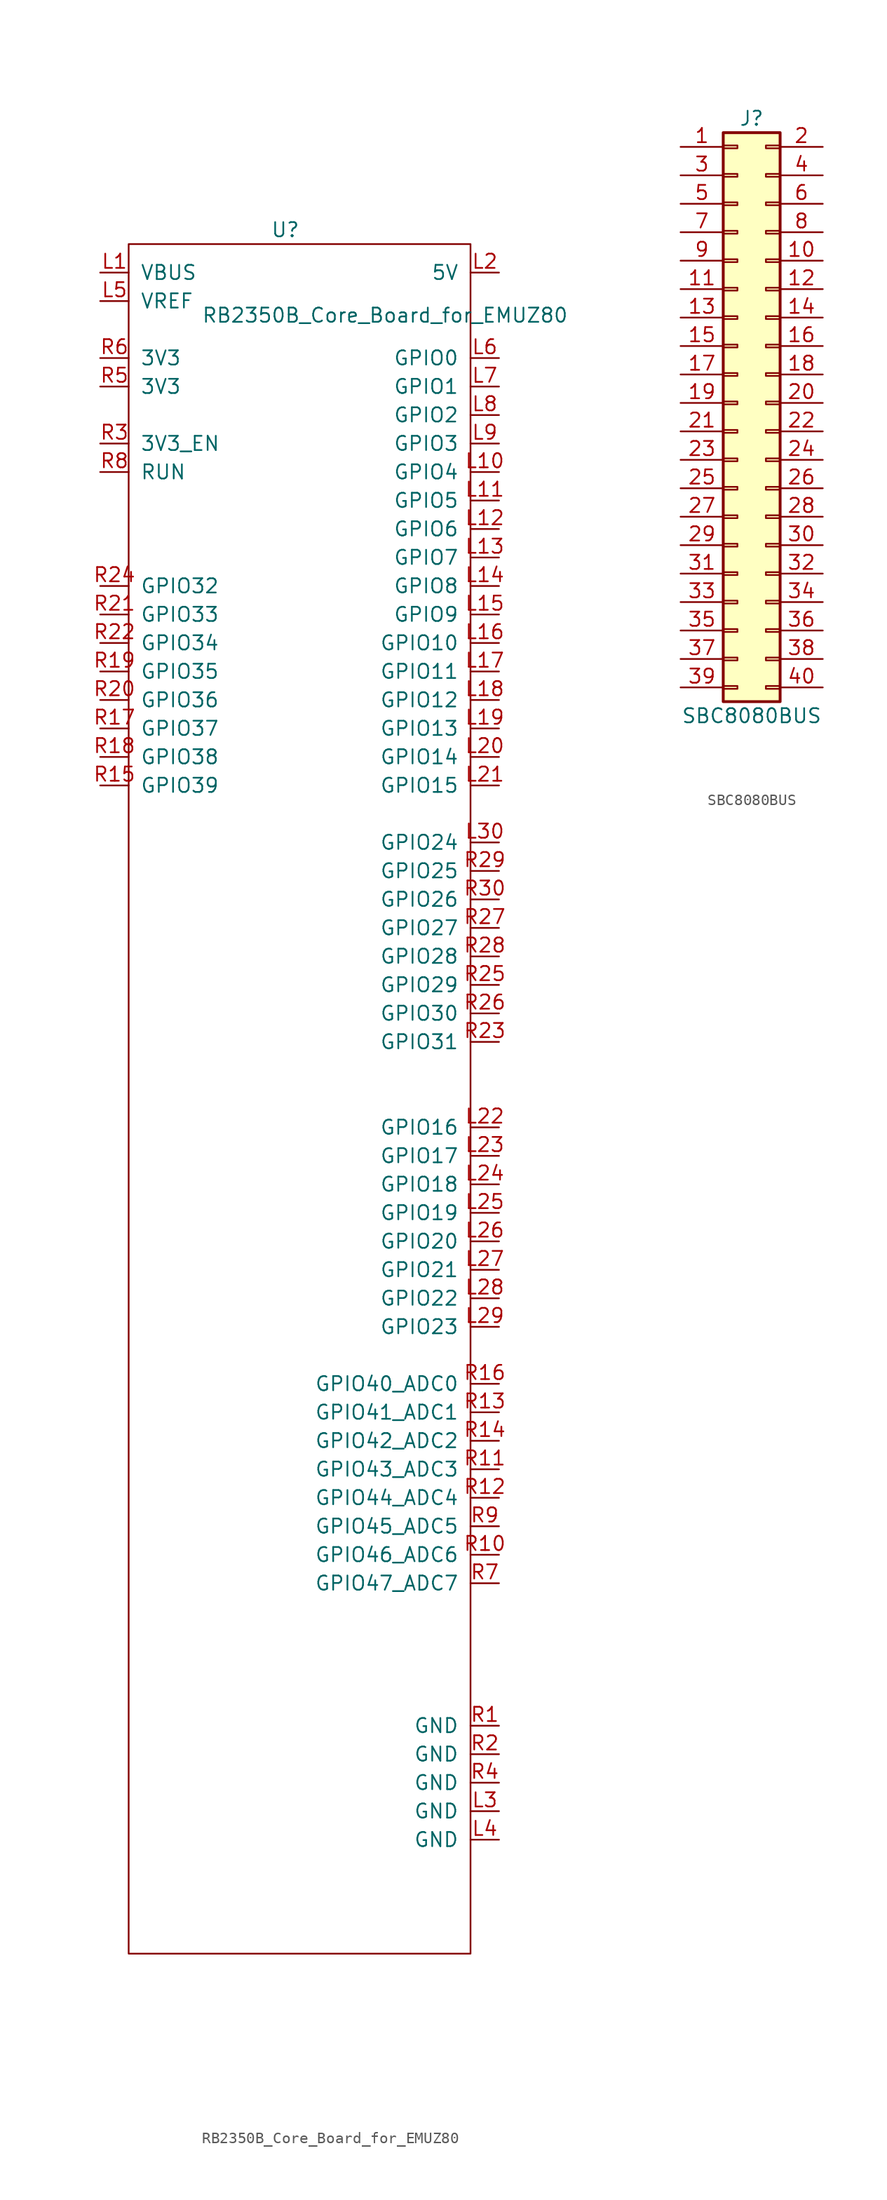
<source format=kicad_sym>
(kicad_symbol_lib
  (version 20241209)
  (generator "kicad_symbol_editor")
  (generator_version "9.0")
  (symbol "RB2350B_Core_Board_for_EMUZ80"
    (pin_names
      (offset 1.016))
    (property "Reference" "U"
      (at -1.27 77.47 0)
      (effects (font (size 1.27 1.27))))
    (property "Value" "RB2350B_Core_Board_for_EMUZ80"
      (at 7.62 69.85 0)
      (effects (font (size 1.27 1.27))))
    (symbol "RB2350B_Core_Board_for_EMUZ80_0_1"
      (rectangle (start -15.24 76.2) (end 15.24 -76.2) (stroke (width 0) (type default)) (fill (type none))))
    (symbol "RB2350B_Core_Board_for_EMUZ80_1_1"
      (pin power_out line (at -17.78 73.66 0) (length 2.54) (name "VBUS" (effects (font (size 1.27 1.27)))) (number "L1" (effects (font (size 1.27 1.27)))))
      (pin input line (at -17.78 71.12 0) (length 2.54) (name "VREF" (effects (font (size 1.27 1.27)))) (number "L5" (effects (font (size 1.27 1.27)))))
      (pin power_out line (at -17.78 66.04 0) (length 2.54) (name "3V3" (effects (font (size 1.27 1.27)))) (number "R6" (effects (font (size 1.27 1.27)))))
      (pin power_out line (at -17.78 63.5 0) (length 2.54) (name "3V3" (effects (font (size 1.27 1.27)))) (number "R5" (effects (font (size 1.27 1.27)))))
      (pin input line (at -17.78 58.42 0) (length 2.54) (name "3V3_EN" (effects (font (size 1.27 1.27)))) (number "R3" (effects (font (size 1.27 1.27)))))
      (pin bidirectional line (at -17.78 55.88 0) (length 2.54) (name "RUN" (effects (font (size 1.27 1.27)))) (number "R8" (effects (font (size 1.27 1.27)))))
      (pin bidirectional line (at -17.78 45.72 0) (length 2.54) (name "GPIO32" (effects (font (size 1.27 1.27)))) (number "R24" (effects (font (size 1.27 1.27)))))
      (pin bidirectional line (at -17.78 43.18 0) (length 2.54) (name "GPIO33" (effects (font (size 1.27 1.27)))) (number "R21" (effects (font (size 1.27 1.27)))))
      (pin bidirectional line (at -17.78 40.64 0) (length 2.54) (name "GPIO34" (effects (font (size 1.27 1.27)))) (number "R22" (effects (font (size 1.27 1.27)))))
      (pin bidirectional line (at -17.78 38.1 0) (length 2.54) (name "GPIO35" (effects (font (size 1.27 1.27)))) (number "R19" (effects (font (size 1.27 1.27)))))
      (pin bidirectional line (at -17.78 35.56 0) (length 2.54) (name "GPIO36" (effects (font (size 1.27 1.27)))) (number "R20" (effects (font (size 1.27 1.27)))))
      (pin bidirectional line (at -17.78 33.02 0) (length 2.54) (name "GPIO37" (effects (font (size 1.27 1.27)))) (number "R17" (effects (font (size 1.27 1.27)))))
      (pin bidirectional line (at -17.78 30.48 0) (length 2.54) (name "GPIO38" (effects (font (size 1.27 1.27)))) (number "R18" (effects (font (size 1.27 1.27)))))
      (pin bidirectional line (at -17.78 27.94 0) (length 2.54) (name "GPIO39" (effects (font (size 1.27 1.27)))) (number "R15" (effects (font (size 1.27 1.27)))))
      (pin power_out line (at 17.78 73.66 180) (length 2.54) (name "5V" (effects (font (size 1.27 1.27)))) (number "L2" (effects (font (size 1.27 1.27)))))
      (pin bidirectional line (at 17.78 66.04 180) (length 2.54) (name "GPIO0" (effects (font (size 1.27 1.27)))) (number "L6" (effects (font (size 1.27 1.27)))))
      (pin bidirectional line (at 17.78 63.5 180) (length 2.54) (name "GPIO1" (effects (font (size 1.27 1.27)))) (number "L7" (effects (font (size 1.27 1.27)))))
      (pin bidirectional line (at 17.78 60.96 180) (length 2.54) (name "GPIO2" (effects (font (size 1.27 1.27)))) (number "L8" (effects (font (size 1.27 1.27)))))
      (pin bidirectional line (at 17.78 58.42 180) (length 2.54) (name "GPIO3" (effects (font (size 1.27 1.27)))) (number "L9" (effects (font (size 1.27 1.27)))))
      (pin bidirectional line (at 17.78 55.88 180) (length 2.54) (name "GPIO4" (effects (font (size 1.27 1.27)))) (number "L10" (effects (font (size 1.27 1.27)))))
      (pin bidirectional line (at 17.78 53.34 180) (length 2.54) (name "GPIO5" (effects (font (size 1.27 1.27)))) (number "L11" (effects (font (size 1.27 1.27)))))
      (pin bidirectional line (at 17.78 50.8 180) (length 2.54) (name "GPIO6" (effects (font (size 1.27 1.27)))) (number "L12" (effects (font (size 1.27 1.27)))))
      (pin bidirectional line (at 17.78 48.26 180) (length 2.54) (name "GPIO7" (effects (font (size 1.27 1.27)))) (number "L13" (effects (font (size 1.27 1.27)))))
      (pin bidirectional line (at 17.78 45.72 180) (length 2.54) (name "GPIO8" (effects (font (size 1.27 1.27)))) (number "L14" (effects (font (size 1.27 1.27)))))
      (pin bidirectional line (at 17.78 43.18 180) (length 2.54) (name "GPIO9" (effects (font (size 1.27 1.27)))) (number "L15" (effects (font (size 1.27 1.27)))))
      (pin bidirectional line (at 17.78 40.64 180) (length 2.54) (name "GPIO10" (effects (font (size 1.27 1.27)))) (number "L16" (effects (font (size 1.27 1.27)))))
      (pin bidirectional line (at 17.78 38.1 180) (length 2.54) (name "GPIO11" (effects (font (size 1.27 1.27)))) (number "L17" (effects (font (size 1.27 1.27)))))
      (pin bidirectional line (at 17.78 35.56 180) (length 2.54) (name "GPIO12" (effects (font (size 1.27 1.27)))) (number "L18" (effects (font (size 1.27 1.27)))))
      (pin bidirectional line (at 17.78 33.02 180) (length 2.54) (name "GPIO13" (effects (font (size 1.27 1.27)))) (number "L19" (effects (font (size 1.27 1.27)))))
      (pin bidirectional line (at 17.78 30.48 180) (length 2.54) (name "GPIO14" (effects (font (size 1.27 1.27)))) (number "L20" (effects (font (size 1.27 1.27)))))
      (pin bidirectional line (at 17.78 27.94 180) (length 2.54) (name "GPIO15" (effects (font (size 1.27 1.27)))) (number "L21" (effects (font (size 1.27 1.27)))))
      (pin bidirectional line (at 17.78 22.86 180) (length 2.54) (name "GPIO24" (effects (font (size 1.27 1.27)))) (number "L30" (effects (font (size 1.27 1.27)))))
      (pin bidirectional line (at 17.78 20.32 180) (length 2.54) (name "GPIO25" (effects (font (size 1.27 1.27)))) (number "R29" (effects (font (size 1.27 1.27)))))
      (pin bidirectional line (at 17.78 17.78 180) (length 2.54) (name "GPIO26" (effects (font (size 1.27 1.27)))) (number "R30" (effects (font (size 1.27 1.27)))))
      (pin bidirectional line (at 17.78 15.24 180) (length 2.54) (name "GPIO27" (effects (font (size 1.27 1.27)))) (number "R27" (effects (font (size 1.27 1.27)))))
      (pin bidirectional line (at 17.78 12.7 180) (length 2.54) (name "GPIO28" (effects (font (size 1.27 1.27)))) (number "R28" (effects (font (size 1.27 1.27)))))
      (pin bidirectional line (at 17.78 10.16 180) (length 2.54) (name "GPIO29" (effects (font (size 1.27 1.27)))) (number "R25" (effects (font (size 1.27 1.27)))))
      (pin bidirectional line (at 17.78 7.62 180) (length 2.54) (name "GPIO30" (effects (font (size 1.27 1.27)))) (number "R26" (effects (font (size 1.27 1.27)))))
      (pin bidirectional line (at 17.78 5.08 180) (length 2.54) (name "GPIO31" (effects (font (size 1.27 1.27)))) (number "R23" (effects (font (size 1.27 1.27)))))
      (pin bidirectional line (at 17.78 -2.54 180) (length 2.54) (name "GPIO16" (effects (font (size 1.27 1.27)))) (number "L22" (effects (font (size 1.27 1.27)))))
      (pin bidirectional line (at 17.78 -5.08 180) (length 2.54) (name "GPIO17" (effects (font (size 1.27 1.27)))) (number "L23" (effects (font (size 1.27 1.27)))))
      (pin bidirectional line (at 17.78 -7.62 180) (length 2.54) (name "GPIO18" (effects (font (size 1.27 1.27)))) (number "L24" (effects (font (size 1.27 1.27)))))
      (pin bidirectional line (at 17.78 -10.16 180) (length 2.54) (name "GPIO19" (effects (font (size 1.27 1.27)))) (number "L25" (effects (font (size 1.27 1.27)))))
      (pin bidirectional line (at 17.78 -12.7 180) (length 2.54) (name "GPIO20" (effects (font (size 1.27 1.27)))) (number "L26" (effects (font (size 1.27 1.27)))))
      (pin bidirectional line (at 17.78 -15.24 180) (length 2.54) (name "GPIO21" (effects (font (size 1.27 1.27)))) (number "L27" (effects (font (size 1.27 1.27)))))
      (pin bidirectional line (at 17.78 -17.78 180) (length 2.54) (name "GPIO22" (effects (font (size 1.27 1.27)))) (number "L28" (effects (font (size 1.27 1.27)))))
      (pin bidirectional line (at 17.78 -20.32 180) (length 2.54) (name "GPIO23" (effects (font (size 1.27 1.27)))) (number "L29" (effects (font (size 1.27 1.27)))))
      (pin bidirectional line (at 17.78 -25.4 180) (length 2.54) (name "GPIO40_ADC0" (effects (font (size 1.27 1.27)))) (number "R16" (effects (font (size 1.27 1.27)))))
      (pin bidirectional line (at 17.78 -27.94 180) (length 2.54) (name "GPIO41_ADC1" (effects (font (size 1.27 1.27)))) (number "R13" (effects (font (size 1.27 1.27)))))
      (pin bidirectional line (at 17.78 -30.48 180) (length 2.54) (name "GPIO42_ADC2" (effects (font (size 1.27 1.27)))) (number "R14" (effects (font (size 1.27 1.27)))))
      (pin bidirectional line (at 17.78 -33.02 180) (length 2.54) (name "GPIO43_ADC3" (effects (font (size 1.27 1.27)))) (number "R11" (effects (font (size 1.27 1.27)))))
      (pin bidirectional line (at 17.78 -35.56 180) (length 2.54) (name "GPIO44_ADC4" (effects (font (size 1.27 1.27)))) (number "R12" (effects (font (size 1.27 1.27)))))
      (pin bidirectional line (at 17.78 -38.1 180) (length 2.54) (name "GPIO45_ADC5" (effects (font (size 1.27 1.27)))) (number "R9" (effects (font (size 1.27 1.27)))))
      (pin bidirectional line (at 17.78 -40.64 180) (length 2.54) (name "GPIO46_ADC6" (effects (font (size 1.27 1.27)))) (number "R10" (effects (font (size 1.27 1.27)))))
      (pin bidirectional line (at 17.78 -43.18 180) (length 2.54) (name "GPIO47_ADC7" (effects (font (size 1.27 1.27)))) (number "R7" (effects (font (size 1.27 1.27)))))
      (pin power_in line (at 17.78 -55.88 180) (length 2.54) (name "GND" (effects (font (size 1.27 1.27)))) (number "R1" (effects (font (size 1.27 1.27)))))
      (pin power_in line (at 17.78 -58.42 180) (length 2.54) (name "GND" (effects (font (size 1.27 1.27)))) (number "R2" (effects (font (size 1.27 1.27)))))
      (pin power_in line (at 17.78 -60.96 180) (length 2.54) (name "GND" (effects (font (size 1.27 1.27)))) (number "R4" (effects (font (size 1.27 1.27)))))
      (pin power_out line (at 17.78 -63.5 180) (length 2.54) (name "GND" (effects (font (size 1.27 1.27)))) (number "L3" (effects (font (size 1.27 1.27)))))
      (pin power_in line (at 17.78 -66.04 180) (length 2.54) (name "GND" (effects (font (size 1.27 1.27)))) (number "L4" (effects (font (size 1.27 1.27)))))))
  (symbol "SBC8080BUS"
    (pin_names
      (offset 1.016)
      (hide yes))
    (property "Reference" "J"
      (at 1.27 25.4 0)
      (effects (font (size 1.27 1.27))))
    (property "Value" "SBC8080BUS"
      (at 1.27 -27.94 0)
      (effects (font (size 1.27 1.27))))
    (symbol "SBC8080BUS_1_1"
      (rectangle (start -1.27 24.13) (end 3.81 -26.67) (stroke (width 0.254) (type default)) (fill (type background)))
      (rectangle (start -1.27 22.987) (end 0 22.733) (stroke (width 0.152) (type default)) (fill (type none)))
      (rectangle (start -1.27 20.447) (end 0 20.193) (stroke (width 0.152) (type default)) (fill (type none)))
      (rectangle (start -1.27 17.907) (end 0 17.653) (stroke (width 0.152) (type default)) (fill (type none)))
      (rectangle (start -1.27 15.367) (end 0 15.113) (stroke (width 0.152) (type default)) (fill (type none)))
      (rectangle (start -1.27 12.827) (end 0 12.573) (stroke (width 0.152) (type default)) (fill (type none)))
      (rectangle (start -1.27 10.287) (end 0 10.033) (stroke (width 0.152) (type default)) (fill (type none)))
      (rectangle (start -1.27 7.747) (end 0 7.493) (stroke (width 0.152) (type default)) (fill (type none)))
      (rectangle (start -1.27 5.207) (end 0 4.953) (stroke (width 0.152) (type default)) (fill (type none)))
      (rectangle (start -1.27 2.667) (end 0 2.413) (stroke (width 0.152) (type default)) (fill (type none)))
      (rectangle (start -1.27 0.127) (end 0 -0.127) (stroke (width 0.152) (type default)) (fill (type none)))
      (rectangle (start -1.27 -2.413) (end 0 -2.667) (stroke (width 0.152) (type default)) (fill (type none)))
      (rectangle (start -1.27 -4.953) (end 0 -5.207) (stroke (width 0.152) (type default)) (fill (type none)))
      (rectangle (start -1.27 -7.493) (end 0 -7.747) (stroke (width 0.152) (type default)) (fill (type none)))
      (rectangle (start -1.27 -10.033) (end 0 -10.287) (stroke (width 0.152) (type default)) (fill (type none)))
      (rectangle (start -1.27 -12.573) (end 0 -12.827) (stroke (width 0.152) (type default)) (fill (type none)))
      (rectangle (start -1.27 -15.113) (end 0 -15.367) (stroke (width 0.152) (type default)) (fill (type none)))
      (rectangle (start -1.27 -17.653) (end 0 -17.907) (stroke (width 0.152) (type default)) (fill (type none)))
      (rectangle (start -1.27 -20.193) (end 0 -20.447) (stroke (width 0.152) (type default)) (fill (type none)))
      (rectangle (start -1.27 -22.733) (end 0 -22.987) (stroke (width 0.152) (type default)) (fill (type none)))
      (rectangle (start -1.27 -25.273) (end 0 -25.527) (stroke (width 0.152) (type default)) (fill (type none)))
      (rectangle (start 3.81 22.987) (end 2.54 22.733) (stroke (width 0.152) (type default)) (fill (type none)))
      (rectangle (start 3.81 20.447) (end 2.54 20.193) (stroke (width 0.152) (type default)) (fill (type none)))
      (rectangle (start 3.81 17.907) (end 2.54 17.653) (stroke (width 0.152) (type default)) (fill (type none)))
      (rectangle (start 3.81 15.367) (end 2.54 15.113) (stroke (width 0.152) (type default)) (fill (type none)))
      (rectangle (start 3.81 12.827) (end 2.54 12.573) (stroke (width 0.152) (type default)) (fill (type none)))
      (rectangle (start 3.81 10.287) (end 2.54 10.033) (stroke (width 0.152) (type default)) (fill (type none)))
      (rectangle (start 3.81 7.747) (end 2.54 7.493) (stroke (width 0.152) (type default)) (fill (type none)))
      (rectangle (start 3.81 5.207) (end 2.54 4.953) (stroke (width 0.152) (type default)) (fill (type none)))
      (rectangle (start 3.81 2.667) (end 2.54 2.413) (stroke (width 0.152) (type default)) (fill (type none)))
      (rectangle (start 3.81 0.127) (end 2.54 -0.127) (stroke (width 0.152) (type default)) (fill (type none)))
      (rectangle (start 3.81 -2.413) (end 2.54 -2.667) (stroke (width 0.152) (type default)) (fill (type none)))
      (rectangle (start 3.81 -4.953) (end 2.54 -5.207) (stroke (width 0.152) (type default)) (fill (type none)))
      (rectangle (start 3.81 -7.493) (end 2.54 -7.747) (stroke (width 0.152) (type default)) (fill (type none)))
      (rectangle (start 3.81 -10.033) (end 2.54 -10.287) (stroke (width 0.152) (type default)) (fill (type none)))
      (rectangle (start 3.81 -12.573) (end 2.54 -12.827) (stroke (width 0.152) (type default)) (fill (type none)))
      (rectangle (start 3.81 -15.113) (end 2.54 -15.367) (stroke (width 0.152) (type default)) (fill (type none)))
      (rectangle (start 3.81 -17.653) (end 2.54 -17.907) (stroke (width 0.152) (type default)) (fill (type none)))
      (rectangle (start 3.81 -20.193) (end 2.54 -20.447) (stroke (width 0.152) (type default)) (fill (type none)))
      (rectangle (start 3.81 -22.733) (end 2.54 -22.987) (stroke (width 0.152) (type default)) (fill (type none)))
      (rectangle (start 3.81 -25.273) (end 2.54 -25.527) (stroke (width 0.152) (type default)) (fill (type none)))
      (pin power_in line (at -5.08 22.86 0) (length 3.81) (name "5V" (effects (font (size 1.27 1.27)))) (number "1" (effects (font (size 1.27 1.27)))))
      (pin power_in line (at -5.08 20.32 0) (length 3.81) (name "5V" (effects (font (size 1.27 1.27)))) (number "3" (effects (font (size 1.27 1.27)))))
      (pin output line (at -5.08 17.78 0) (length 3.81) (name "NC" (effects (font (size 1.27 1.27)))) (number "5" (effects (font (size 1.27 1.27)))))
      (pin input line (at -5.08 15.24 0) (length 3.81) (name "WAIT" (effects (font (size 1.27 1.27)))) (number "7" (effects (font (size 1.27 1.27)))))
      (pin bidirectional line (at -5.08 12.7 0) (length 3.81) (name "D0" (effects (font (size 1.27 1.27)))) (number "9" (effects (font (size 1.27 1.27)))))
      (pin bidirectional line (at -5.08 10.16 0) (length 3.81) (name "D2" (effects (font (size 1.27 1.27)))) (number "11" (effects (font (size 1.27 1.27)))))
      (pin bidirectional line (at -5.08 7.62 0) (length 3.81) (name "D4" (effects (font (size 1.27 1.27)))) (number "13" (effects (font (size 1.27 1.27)))))
      (pin bidirectional line (at -5.08 5.08 0) (length 3.81) (name "D6" (effects (font (size 1.27 1.27)))) (number "15" (effects (font (size 1.27 1.27)))))
      (pin output line (at -5.08 2.54 0) (length 3.81) (name "MREQ" (effects (font (size 1.27 1.27)))) (number "17" (effects (font (size 1.27 1.27)))))
      (pin output line (at -5.08 0 0) (length 3.81) (name "IORQ" (effects (font (size 1.27 1.27)))) (number "19" (effects (font (size 1.27 1.27)))))
      (pin input line (at -5.08 -2.54 0) (length 3.81) (name "RESET" (effects (font (size 1.27 1.27)))) (number "21" (effects (font (size 1.27 1.27)))))
      (pin input line (at -5.08 -5.08 0) (length 3.81) (name "INT" (effects (font (size 1.27 1.27)))) (number "23" (effects (font (size 1.27 1.27)))))
      (pin bidirectional line (at -5.08 -7.62 0) (length 3.81) (name "A0" (effects (font (size 1.27 1.27)))) (number "25" (effects (font (size 1.27 1.27)))))
      (pin bidirectional line (at -5.08 -10.16 0) (length 3.81) (name "A2" (effects (font (size 1.27 1.27)))) (number "27" (effects (font (size 1.27 1.27)))))
      (pin bidirectional line (at -5.08 -12.7 0) (length 3.81) (name "A4" (effects (font (size 1.27 1.27)))) (number "29" (effects (font (size 1.27 1.27)))))
      (pin bidirectional line (at -5.08 -15.24 0) (length 3.81) (name "A6" (effects (font (size 1.27 1.27)))) (number "31" (effects (font (size 1.27 1.27)))))
      (pin bidirectional line (at -5.08 -17.78 0) (length 3.81) (name "A8" (effects (font (size 1.27 1.27)))) (number "33" (effects (font (size 1.27 1.27)))))
      (pin bidirectional line (at -5.08 -20.32 0) (length 3.81) (name "A10" (effects (font (size 1.27 1.27)))) (number "35" (effects (font (size 1.27 1.27)))))
      (pin bidirectional line (at -5.08 -22.86 0) (length 3.81) (name "A12" (effects (font (size 1.27 1.27)))) (number "37" (effects (font (size 1.27 1.27)))))
      (pin bidirectional line (at -5.08 -25.4 0) (length 3.81) (name "A14" (effects (font (size 1.27 1.27)))) (number "39" (effects (font (size 1.27 1.27)))))
      (pin power_in line (at 7.62 22.86 180) (length 3.81) (name "GND" (effects (font (size 1.27 1.27)))) (number "2" (effects (font (size 1.27 1.27)))))
      (pin power_in line (at 7.62 20.32 180) (length 3.81) (name "GND" (effects (font (size 1.27 1.27)))) (number "4" (effects (font (size 1.27 1.27)))))
      (pin output line (at 7.62 17.78 180) (length 3.81) (name "NC" (effects (font (size 1.27 1.27)))) (number "6" (effects (font (size 1.27 1.27)))))
      (pin input line (at 7.62 15.24 180) (length 3.81) (name "CLK" (effects (font (size 1.27 1.27)))) (number "8" (effects (font (size 1.27 1.27)))))
      (pin bidirectional line (at 7.62 12.7 180) (length 3.81) (name "D1" (effects (font (size 1.27 1.27)))) (number "10" (effects (font (size 1.27 1.27)))))
      (pin bidirectional line (at 7.62 10.16 180) (length 3.81) (name "D3" (effects (font (size 1.27 1.27)))) (number "12" (effects (font (size 1.27 1.27)))))
      (pin bidirectional line (at 7.62 7.62 180) (length 3.81) (name "D5" (effects (font (size 1.27 1.27)))) (number "14" (effects (font (size 1.27 1.27)))))
      (pin bidirectional line (at 7.62 5.08 180) (length 3.81) (name "D7" (effects (font (size 1.27 1.27)))) (number "16" (effects (font (size 1.27 1.27)))))
      (pin output line (at 7.62 2.54 180) (length 3.81) (name "RD" (effects (font (size 1.27 1.27)))) (number "18" (effects (font (size 1.27 1.27)))))
      (pin output line (at 7.62 0 180) (length 3.81) (name "WR" (effects (font (size 1.27 1.27)))) (number "20" (effects (font (size 1.27 1.27)))))
      (pin output line (at 7.62 -2.54 180) (length 3.81) (name "BUSAK" (effects (font (size 1.27 1.27)))) (number "22" (effects (font (size 1.27 1.27)))))
      (pin input line (at 7.62 -5.08 180) (length 3.81) (name "BUSRQ" (effects (font (size 1.27 1.27)))) (number "24" (effects (font (size 1.27 1.27)))))
      (pin bidirectional line (at 7.62 -7.62 180) (length 3.81) (name "A1" (effects (font (size 1.27 1.27)))) (number "26" (effects (font (size 1.27 1.27)))))
      (pin bidirectional line (at 7.62 -10.16 180) (length 3.81) (name "A3" (effects (font (size 1.27 1.27)))) (number "28" (effects (font (size 1.27 1.27)))))
      (pin bidirectional line (at 7.62 -12.7 180) (length 3.81) (name "A5" (effects (font (size 1.27 1.27)))) (number "30" (effects (font (size 1.27 1.27)))))
      (pin bidirectional line (at 7.62 -15.24 180) (length 3.81) (name "A7" (effects (font (size 1.27 1.27)))) (number "32" (effects (font (size 1.27 1.27)))))
      (pin bidirectional line (at 7.62 -17.78 180) (length 3.81) (name "A9" (effects (font (size 1.27 1.27)))) (number "34" (effects (font (size 1.27 1.27)))))
      (pin bidirectional line (at 7.62 -20.32 180) (length 3.81) (name "A11" (effects (font (size 1.27 1.27)))) (number "36" (effects (font (size 1.27 1.27)))))
      (pin bidirectional line (at 7.62 -22.86 180) (length 3.81) (name "A13" (effects (font (size 1.27 1.27)))) (number "38" (effects (font (size 1.27 1.27)))))
      (pin bidirectional line (at 7.62 -25.4 180) (length 3.81) (name "A15" (effects (font (size 1.27 1.27)))) (number "40" (effects (font (size 1.27 1.27))))))))
</source>
